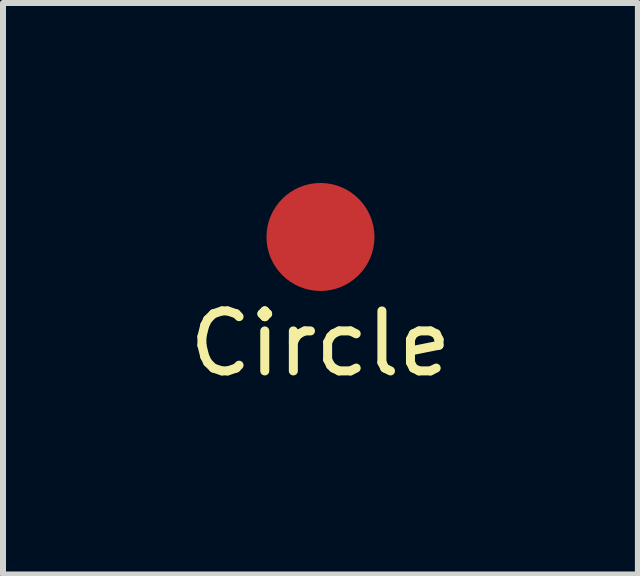
<source format=kicad_pcb>
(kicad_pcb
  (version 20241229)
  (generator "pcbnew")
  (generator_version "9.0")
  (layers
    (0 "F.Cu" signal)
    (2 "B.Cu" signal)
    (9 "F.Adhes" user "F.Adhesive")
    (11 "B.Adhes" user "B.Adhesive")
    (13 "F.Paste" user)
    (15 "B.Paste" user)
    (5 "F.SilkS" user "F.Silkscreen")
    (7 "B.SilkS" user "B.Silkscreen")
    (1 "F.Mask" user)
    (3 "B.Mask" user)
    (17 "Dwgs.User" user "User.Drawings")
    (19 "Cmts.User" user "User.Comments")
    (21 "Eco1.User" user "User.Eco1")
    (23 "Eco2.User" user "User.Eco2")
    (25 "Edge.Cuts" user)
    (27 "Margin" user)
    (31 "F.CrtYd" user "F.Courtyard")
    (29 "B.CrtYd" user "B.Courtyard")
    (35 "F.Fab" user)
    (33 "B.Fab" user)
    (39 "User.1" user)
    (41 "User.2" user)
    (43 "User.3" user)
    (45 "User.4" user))
  (footprint "Circle"
    (layer "F.Cu")
    (at 2.292 0.9)
    (property "Reference" "Circle" (at 0 1.778 0) (layer "F.SilkS") (effects (font (size 1 1) (thickness 0.15))))
    (attr through_hole)
    (pad "1" smd circle (at 0 0) (size 1.8 1.8) (layers "F.Cu" "F.Mask" "F.Paste")))
  (gr_rect
    (start -3 -3)
    (end 7.583 6.526)
    (stroke (width 0.1) (type default))
    (fill no)
    (layer "Edge.Cuts")))
</source>
